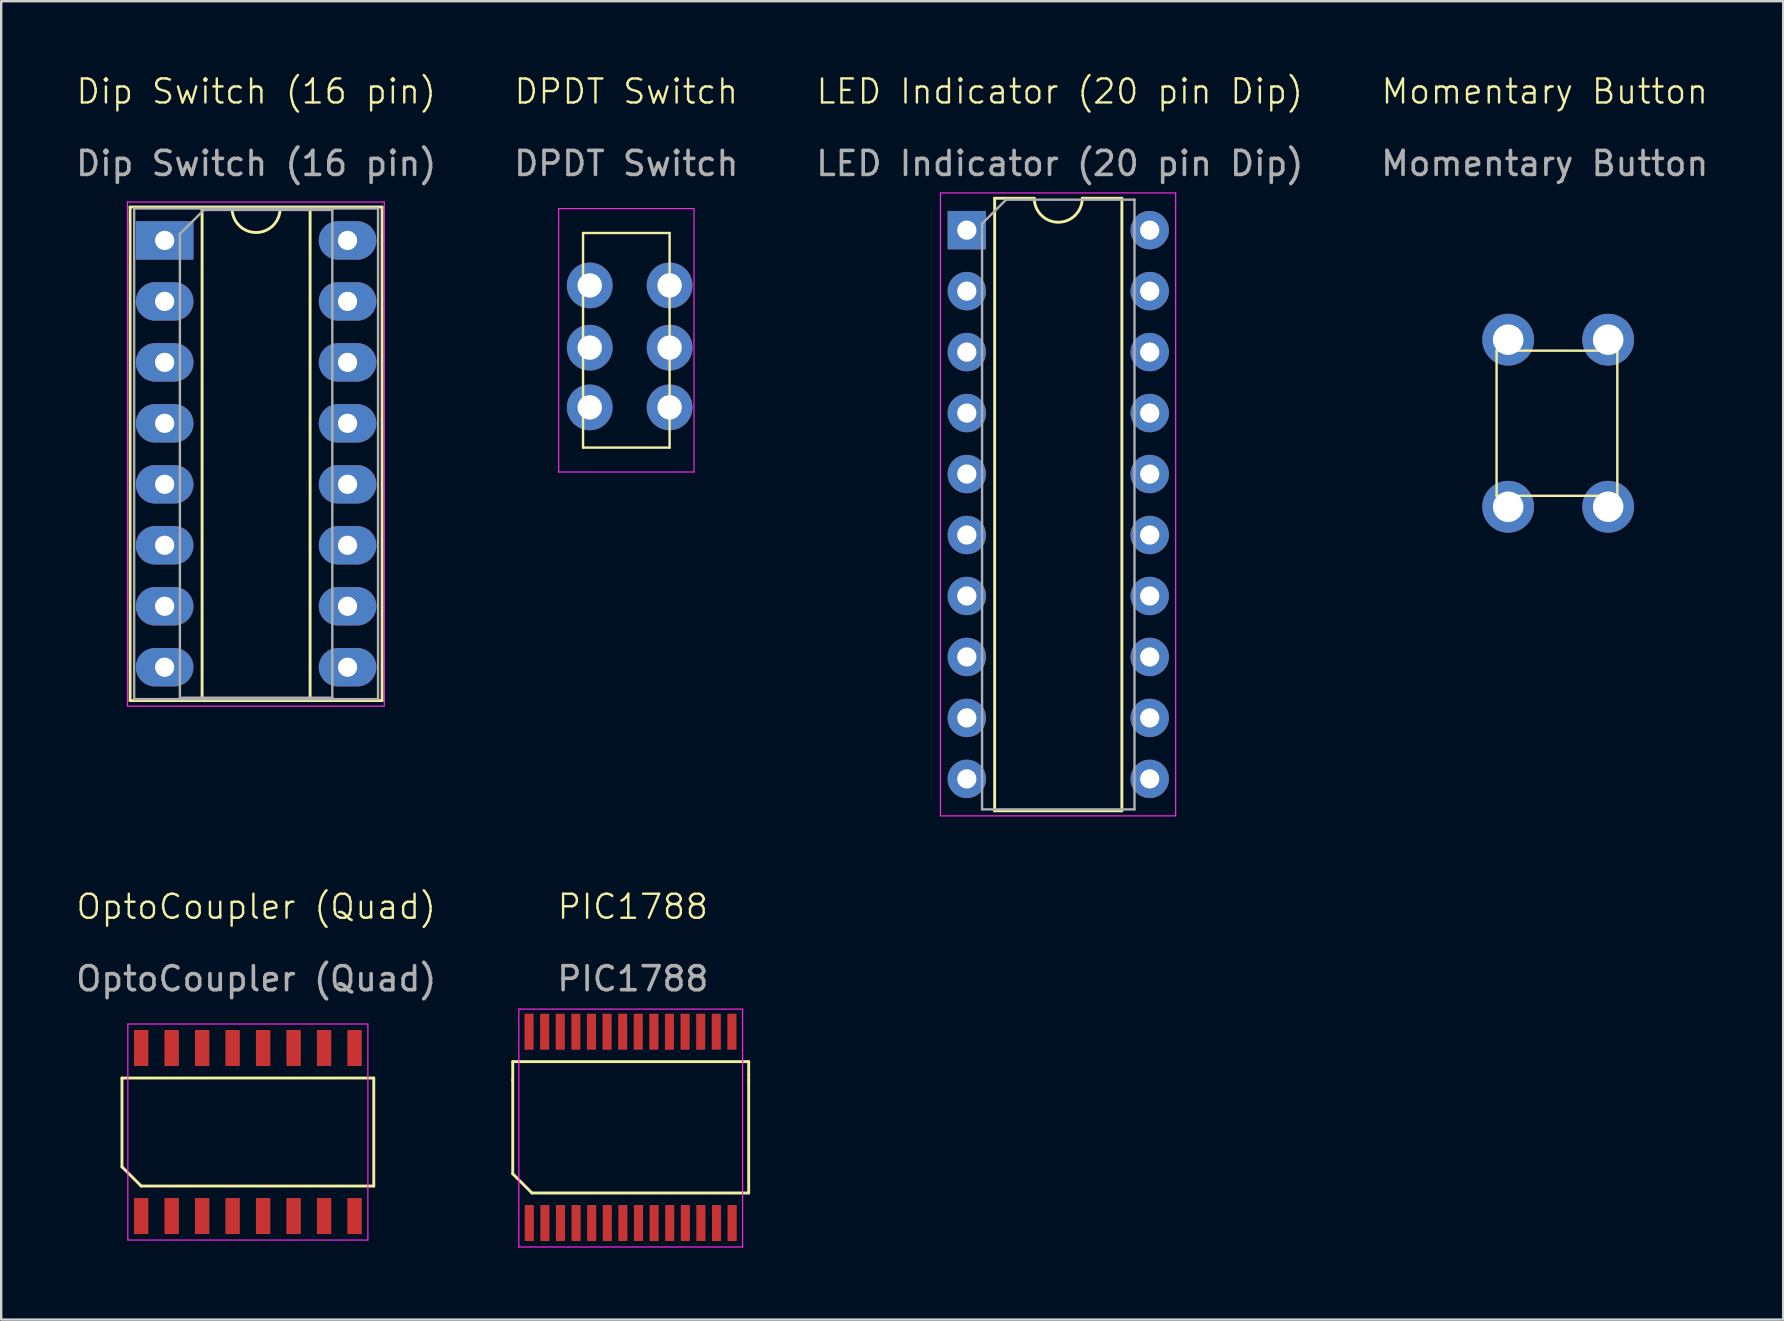
<source format=kicad_pcb>
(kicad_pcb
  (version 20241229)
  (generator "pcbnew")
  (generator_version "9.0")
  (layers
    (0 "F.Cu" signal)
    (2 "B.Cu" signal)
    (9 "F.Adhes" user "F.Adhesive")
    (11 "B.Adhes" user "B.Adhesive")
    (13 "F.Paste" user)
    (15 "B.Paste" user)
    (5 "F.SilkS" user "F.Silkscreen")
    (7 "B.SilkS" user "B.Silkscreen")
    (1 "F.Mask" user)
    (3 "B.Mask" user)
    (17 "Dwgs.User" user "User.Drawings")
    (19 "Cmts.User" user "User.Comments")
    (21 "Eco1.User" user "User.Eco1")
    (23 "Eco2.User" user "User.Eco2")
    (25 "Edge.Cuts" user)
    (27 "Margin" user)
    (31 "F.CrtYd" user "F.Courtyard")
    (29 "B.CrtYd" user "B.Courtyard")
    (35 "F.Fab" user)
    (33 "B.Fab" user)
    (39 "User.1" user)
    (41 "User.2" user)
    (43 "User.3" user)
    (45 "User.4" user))
  (footprint "Momentary Button"
    (layer "F.Cu")
    (at 61.304 14.581)
    (property "Reference" "Momentary Button" (at 0 -13.82 0) (unlocked yes) (layer "F.SilkS") (effects (font (size 1 1) (thickness 0.1))))
    (attr through_hole)
    (fp_line (start -2.007 -3.023) (end -2.007 3.023) (stroke (width 0.1) (type default)) (layer "F.SilkS"))
    (fp_line (start -2.007 -3.023) (end 3.023 -3.023) (stroke (width 0.1) (type default)) (layer "F.SilkS"))
    (fp_line (start -2.007 3.023) (end 3.023 3.023) (stroke (width 0.1) (type default)) (layer "F.SilkS"))
    (fp_line (start 3.023 -3.023) (end 3.023 3.023) (stroke (width 0.1) (type default)) (layer "F.SilkS"))
    (fp_text user "${REFERENCE}" (at 0 -10.82 0) (unlocked yes) (layer "F.Fab") (effects (font (size 1 1) (thickness 0.15))))
    (pad "1" thru_hole circle (at -1.524 -3.48) (size 2.159 2.159) (drill 1.27) (layers "*.Cu" "*.Mask"))
    (pad "2" thru_hole circle (at -1.524 3.48) (size 2.159 2.159) (drill 1.27) (layers "*.Cu" "*.Mask"))
    (pad "3" thru_hole circle (at 2.642 3.48) (size 2.159 2.159) (drill 1.27) (layers "*.Cu" "*.Mask"))
    (pad "4" thru_hole circle (at 2.642 -3.48) (size 2.159 2.159) (drill 1.27) (layers "*.Cu" "*.Mask")))
  (footprint "PIC1788"
    (layer "F.Cu")
    (at 23.313 43.312)
    (property "Reference" "PIC1788" (at 0 -8.588 0) (unlocked yes) (layer "F.SilkS") (effects (font (size 1 1) (thickness 0.1))))
    (attr smd)
    (fp_line (start -5.003 -2.136) (end 4.827 -2.136) (stroke (width 0.12) (type default)) (layer "F.SilkS"))
    (fp_line (start -5.003 -1.362) (end -5.003 -2.136) (stroke (width 0.12) (type default)) (layer "F.SilkS"))
    (fp_line (start -5.003 2.538) (end -5.003 -1.362) (stroke (width 0.12) (type default)) (layer "F.SilkS"))
    (fp_line (start -4.203 3.338) (end -5.003 2.538) (stroke (width 0.12) (type default)) (layer "F.SilkS"))
    (fp_line (start 4.827 -1.362) (end 4.827 -2.136) (stroke (width 0.12) (type default)) (layer "F.SilkS"))
    (fp_line (start 4.827 -1.362) (end 4.827 3.338) (stroke (width 0.12) (type default)) (layer "F.SilkS"))
    (fp_line (start 4.827 3.338) (end -4.203 3.338) (stroke (width 0.12) (type default)) (layer "F.SilkS"))
    (fp_line (start -4.748 -4.321) (end 4.572 -4.321) (stroke (width 0.05) (type default)) (layer "F.CrtYd"))
    (fp_line (start -4.748 5.588) (end -4.748 -4.321) (stroke (width 0.05) (type default)) (layer "F.CrtYd"))
    (fp_line (start 4.572 -4.321) (end 4.572 5.588) (stroke (width 0.05) (type default)) (layer "F.CrtYd"))
    (fp_line (start 4.572 5.588) (end -4.748 5.588) (stroke (width 0.05) (type default)) (layer "F.CrtYd"))
    (fp_text user "${REFERENCE}" (at 0 -5.588 0) (unlocked yes) (layer "F.Fab") (effects (font (size 1 1) (thickness 0.15))))
    (pad "1" smd rect (at -4.313 4.588) (size 0.38 1.5) (layers "F.Cu" "F.Mask" "F.Paste"))
    (pad "2" smd rect (at -3.663 4.588) (size 0.38 1.5) (layers "F.Cu" "F.Mask" "F.Paste"))
    (pad "3" smd rect (at -3.013 4.588) (size 0.38 1.5) (layers "F.Cu" "F.Mask" "F.Paste"))
    (pad "4" smd rect (at -2.363 4.588) (size 0.38 1.5) (layers "F.Cu" "F.Mask" "F.Paste"))
    (pad "5" smd rect (at -1.713 4.588) (size 0.38 1.5) (layers "F.Cu" "F.Mask" "F.Paste"))
    (pad "6" smd rect (at -1.063 4.588) (size 0.38 1.5) (layers "F.Cu" "F.Mask" "F.Paste"))
    (pad "7" smd rect (at -0.413 4.588) (size 0.38 1.5) (layers "F.Cu" "F.Mask" "F.Paste"))
    (pad "8" smd rect (at 0.237 4.588) (size 0.38 1.5) (layers "F.Cu" "F.Mask" "F.Paste"))
    (pad "9" smd rect (at 0.887 4.588) (size 0.38 1.5) (layers "F.Cu" "F.Mask" "F.Paste"))
    (pad "10" smd rect (at 1.537 4.588) (size 0.38 1.5) (layers "F.Cu" "F.Mask" "F.Paste"))
    (pad "11" smd rect (at 2.187 4.588) (size 0.38 1.5) (layers "F.Cu" "F.Mask" "F.Paste"))
    (pad "12" smd rect (at 2.837 4.588) (size 0.38 1.5) (layers "F.Cu" "F.Mask" "F.Paste"))
    (pad "13" smd rect (at 3.487 4.588) (size 0.38 1.5) (layers "F.Cu" "F.Mask" "F.Paste"))
    (pad "14" smd rect (at 4.137 4.588) (size 0.38 1.5) (layers "F.Cu" "F.Mask" "F.Paste"))
    (pad "15" smd rect (at 4.127 -3.381) (size 0.38 1.5) (layers "F.Cu" "F.Mask" "F.Paste"))
    (pad "16" smd rect (at 3.477 -3.381) (size 0.38 1.5) (layers "F.Cu" "F.Mask" "F.Paste"))
    (pad "17" smd rect (at 2.827 -3.381) (size 0.38 1.5) (layers "F.Cu" "F.Mask" "F.Paste"))
    (pad "18" smd rect (at 2.177 -3.381) (size 0.38 1.5) (layers "F.Cu" "F.Mask" "F.Paste"))
    (pad "19" smd rect (at 1.527 -3.381) (size 0.38 1.5) (layers "F.Cu" "F.Mask" "F.Paste"))
    (pad "20" smd rect (at 0.877 -3.381) (size 0.38 1.5) (layers "F.Cu" "F.Mask" "F.Paste"))
    (pad "21" smd rect (at 0.227 -3.381) (size 0.38 1.5) (layers "F.Cu" "F.Mask" "F.Paste"))
    (pad "22" smd rect (at -0.423 -3.381) (size 0.38 1.5) (layers "F.Cu" "F.Mask" "F.Paste"))
    (pad "23" smd rect (at -1.073 -3.381) (size 0.38 1.5) (layers "F.Cu" "F.Mask" "F.Paste"))
    (pad "24" smd rect (at -1.723 -3.381) (size 0.38 1.5) (layers "F.Cu" "F.Mask" "F.Paste"))
    (pad "25" smd rect (at -2.373 -3.381) (size 0.38 1.5) (layers "F.Cu" "F.Mask" "F.Paste"))
    (pad "26" smd rect (at -3.023 -3.381) (size 0.38 1.5) (layers "F.Cu" "F.Mask" "F.Paste"))
    (pad "27" smd rect (at -3.673 -3.381) (size 0.38 1.5) (layers "F.Cu" "F.Mask" "F.Paste"))
    (pad "28" smd rect (at -4.323 -3.381) (size 0.38 1.5) (layers "F.Cu" "F.Mask" "F.Paste")))
  (footprint "LED Indicator (20 pin Dip)"
    (layer "F.Cu")
    (at 41.101 20.27)
    (property "Reference" "LED Indicator (20 pin Dip)" (at 0 -19.51 0) (unlocked yes) (layer "F.SilkS") (effects (font (size 1 1) (thickness 0.1))))
    (attr through_hole)
    (fp_line (start -2.714 -15.062) (end -2.714 10.458) (stroke (width 0.12) (type solid)) (layer "F.SilkS"))
    (fp_line (start -2.714 10.458) (end 2.586 10.458) (stroke (width 0.12) (type solid)) (layer "F.SilkS"))
    (fp_line (start -1.064 -15.062) (end -2.714 -15.062) (stroke (width 0.12) (type solid)) (layer "F.SilkS"))
    (fp_line (start 2.586 -15.062) (end 0.936 -15.062) (stroke (width 0.12) (type solid)) (layer "F.SilkS"))
    (fp_line (start 2.586 10.458) (end 2.586 -15.062) (stroke (width 0.12) (type solid)) (layer "F.SilkS"))
    (fp_arc (start 0.936 -15.062) (mid -0.064 -14.062) (end -1.064 -15.062) (stroke (width 0.12) (type solid)) (layer "F.SilkS"))
    (fp_line (start -4.974 -15.282) (end -4.974 10.668) (stroke (width 0.05) (type solid)) (layer "F.CrtYd"))
    (fp_line (start -4.974 10.668) (end 4.826 10.668) (stroke (width 0.05) (type solid)) (layer "F.CrtYd"))
    (fp_line (start 4.826 -15.282) (end -4.974 -15.282) (stroke (width 0.05) (type solid)) (layer "F.CrtYd"))
    (fp_line (start 4.826 10.668) (end 4.826 -15.282) (stroke (width 0.05) (type solid)) (layer "F.CrtYd"))
    (fp_line (start -3.239 -14.002) (end -2.239 -15.002) (stroke (width 0.1) (type solid)) (layer "F.Fab"))
    (fp_line (start -3.239 10.398) (end -3.239 -14.002) (stroke (width 0.1) (type solid)) (layer "F.Fab"))
    (fp_line (start -2.239 -15.002) (end 3.111 -15.002) (stroke (width 0.1) (type solid)) (layer "F.Fab"))
    (fp_line (start 3.111 -15.002) (end 3.111 10.398) (stroke (width 0.1) (type solid)) (layer "F.Fab"))
    (fp_line (start 3.111 10.398) (end -3.239 10.398) (stroke (width 0.1) (type solid)) (layer "F.Fab"))
    (fp_text user "${REFERENCE}" (at 0 -16.51 0) (unlocked yes) (layer "F.Fab") (effects (font (size 1 1) (thickness 0.15))))
    (pad "1" thru_hole rect (at -3.874 -13.732) (size 1.6 1.6) (drill 0.8) (layers "*.Cu" "*.Mask"))
    (pad "2" thru_hole oval (at -3.874 -11.192) (size 1.6 1.6) (drill 0.8) (layers "*.Cu" "*.Mask"))
    (pad "3" thru_hole oval (at -3.874 -8.652) (size 1.6 1.6) (drill 0.8) (layers "*.Cu" "*.Mask"))
    (pad "4" thru_hole oval (at -3.874 -6.112) (size 1.6 1.6) (drill 0.8) (layers "*.Cu" "*.Mask"))
    (pad "5" thru_hole oval (at -3.874 -3.572) (size 1.6 1.6) (drill 0.8) (layers "*.Cu" "*.Mask"))
    (pad "6" thru_hole oval (at -3.874 -1.032) (size 1.6 1.6) (drill 0.8) (layers "*.Cu" "*.Mask"))
    (pad "7" thru_hole oval (at -3.874 1.508) (size 1.6 1.6) (drill 0.8) (layers "*.Cu" "*.Mask"))
    (pad "8" thru_hole oval (at -3.874 4.048) (size 1.6 1.6) (drill 0.8) (layers "*.Cu" "*.Mask"))
    (pad "9" thru_hole oval (at -3.874 6.588) (size 1.6 1.6) (drill 0.8) (layers "*.Cu" "*.Mask"))
    (pad "10" thru_hole oval (at -3.874 9.128) (size 1.6 1.6) (drill 0.8) (layers "*.Cu" "*.Mask"))
    (pad "11" thru_hole oval (at 3.746 9.128) (size 1.6 1.6) (drill 0.8) (layers "*.Cu" "*.Mask"))
    (pad "12" thru_hole oval (at 3.746 6.588) (size 1.6 1.6) (drill 0.8) (layers "*.Cu" "*.Mask"))
    (pad "13" thru_hole oval (at 3.746 4.048) (size 1.6 1.6) (drill 0.8) (layers "*.Cu" "*.Mask"))
    (pad "14" thru_hole oval (at 3.746 1.508) (size 1.6 1.6) (drill 0.8) (layers "*.Cu" "*.Mask"))
    (pad "15" thru_hole oval (at 3.746 -1.032) (size 1.6 1.6) (drill 0.8) (layers "*.Cu" "*.Mask"))
    (pad "16" thru_hole oval (at 3.746 -3.572) (size 1.6 1.6) (drill 0.8) (layers "*.Cu" "*.Mask"))
    (pad "17" thru_hole oval (at 3.746 -6.112) (size 1.6 1.6) (drill 0.8) (layers "*.Cu" "*.Mask"))
    (pad "18" thru_hole oval (at 3.746 -8.652) (size 1.6 1.6) (drill 0.8) (layers "*.Cu" "*.Mask"))
    (pad "19" thru_hole oval (at 3.746 -11.192) (size 1.6 1.6) (drill 0.8) (layers "*.Cu" "*.Mask"))
    (pad "20" thru_hole oval (at 3.746 -13.732) (size 1.6 1.6) (drill 0.8) (layers "*.Cu" "*.Mask")))
  (footprint "OptoCoupler (Quad)"
    (layer "F.Cu")
    (at 7.625 43.591)
    (property "Reference" "OptoCoupler (Quad)" (at 0 -8.867 0) (unlocked yes) (layer "F.SilkS") (effects (font (size 1 1) (thickness 0.1))))
    (attr smd)
    (fp_line (start -5.594 -1.731) (end 4.896 -1.731) (stroke (width 0.12) (type default)) (layer "F.SilkS"))
    (fp_line (start -5.594 1.969) (end -5.594 -1.731) (stroke (width 0.12) (type default)) (layer "F.SilkS"))
    (fp_line (start -4.794 2.769) (end -5.594 1.969) (stroke (width 0.12) (type default)) (layer "F.SilkS"))
    (fp_line (start 4.896 -1.731) (end 4.896 2.769) (stroke (width 0.12) (type default)) (layer "F.SilkS"))
    (fp_line (start 4.896 2.769) (end -4.794 2.769) (stroke (width 0.12) (type default)) (layer "F.SilkS"))
    (fp_line (start -5.349 -3.981) (end 4.651 -3.981) (stroke (width 0.05) (type default)) (layer "F.CrtYd"))
    (fp_line (start -5.349 5.019) (end -5.349 -3.981) (stroke (width 0.05) (type default)) (layer "F.CrtYd"))
    (fp_line (start 4.651 -3.981) (end 4.651 5.019) (stroke (width 0.05) (type default)) (layer "F.CrtYd"))
    (fp_line (start 4.651 5.019) (end -5.349 5.019) (stroke (width 0.05) (type default)) (layer "F.CrtYd"))
    (fp_text user "${REFERENCE}" (at 0 -5.867 0) (unlocked yes) (layer "F.Fab") (effects (font (size 1 1) (thickness 0.15))))
    (pad "1" smd rect (at -4.794 4.019) (size 0.6 1.5) (layers "F.Cu" "F.Mask" "F.Paste"))
    (pad "2" smd rect (at -3.524 4.019) (size 0.6 1.5) (layers "F.Cu" "F.Mask" "F.Paste"))
    (pad "3" smd rect (at -2.254 4.019) (size 0.6 1.5) (layers "F.Cu" "F.Mask" "F.Paste"))
    (pad "4" smd rect (at -0.984 4.019) (size 0.6 1.5) (layers "F.Cu" "F.Mask" "F.Paste"))
    (pad "5" smd rect (at 0.286 4.019) (size 0.6 1.5) (layers "F.Cu" "F.Mask" "F.Paste"))
    (pad "6" smd rect (at 1.556 4.019) (size 0.6 1.5) (layers "F.Cu" "F.Mask" "F.Paste"))
    (pad "7" smd rect (at 2.826 4.019) (size 0.6 1.5) (layers "F.Cu" "F.Mask" "F.Paste"))
    (pad "8" smd rect (at 4.096 4.019) (size 0.6 1.5) (layers "F.Cu" "F.Mask" "F.Paste"))
    (pad "9" smd rect (at 4.096 -2.981) (size 0.6 1.5) (layers "F.Cu" "F.Mask" "F.Paste"))
    (pad "10" smd rect (at 2.826 -2.981) (size 0.6 1.5) (layers "F.Cu" "F.Mask" "F.Paste"))
    (pad "11" smd rect (at 1.556 -2.981) (size 0.6 1.5) (layers "F.Cu" "F.Mask" "F.Paste"))
    (pad "12" smd rect (at 0.286 -2.981) (size 0.6 1.5) (layers "F.Cu" "F.Mask" "F.Paste"))
    (pad "13" smd rect (at -0.984 -2.981) (size 0.6 1.5) (layers "F.Cu" "F.Mask" "F.Paste"))
    (pad "14" smd rect (at -2.254 -2.981) (size 0.6 1.5) (layers "F.Cu" "F.Mask" "F.Paste"))
    (pad "15" smd rect (at -3.524 -2.981) (size 0.6 1.5) (layers "F.Cu" "F.Mask" "F.Paste"))
    (pad "16" smd rect (at -4.794 -2.981) (size 0.6 1.5) (layers "F.Cu" "F.Mask" "F.Paste")))
  (footprint "DPDT Switch"
    (layer "F.Cu")
    (at 23.042 11.127)
    (property "Reference" "DPDT Switch" (at 0 -10.366 0) (unlocked yes) (layer "F.SilkS") (effects (font (size 1 1) (thickness 0.1))))
    (attr through_hole)
    (fp_line (start -1.803 -4.47) (end 1.803 -4.47) (stroke (width 0.1) (type default)) (layer "F.SilkS"))
    (fp_line (start -1.803 4.47) (end -1.803 -4.47) (stroke (width 0.1) (type default)) (layer "F.SilkS"))
    (fp_line (start 1.803 -4.47) (end 1.803 4.47) (stroke (width 0.1) (type default)) (layer "F.SilkS"))
    (fp_line (start 1.803 4.47) (end -1.803 4.47) (stroke (width 0.1) (type default)) (layer "F.SilkS"))
    (fp_line (start -2.819 -5.486) (end -2.819 5.486) (stroke (width 0.05) (type default)) (layer "F.CrtYd"))
    (fp_line (start -2.819 5.486) (end 2.819 5.486) (stroke (width 0.05) (type default)) (layer "F.CrtYd"))
    (fp_line (start 2.819 -5.486) (end -2.819 -5.486) (stroke (width 0.05) (type default)) (layer "F.CrtYd"))
    (fp_line (start 2.819 0) (end 2.819 -5.486) (stroke (width 0.05) (type default)) (layer "F.CrtYd"))
    (fp_line (start 2.819 5.486) (end 2.819 0) (stroke (width 0.05) (type default)) (layer "F.CrtYd"))
    (fp_text user "${REFERENCE}" (at 0 -7.366 0) (unlocked yes) (layer "F.Fab") (effects (font (size 1 1) (thickness 0.15))))
    (pad "1" thru_hole circle (at -1.524 -2.286) (size 1.905 1.905) (drill 1.016) (layers "*.Cu" "*.Mask"))
    (pad "2" thru_hole circle (at -1.524 0.305) (size 1.905 1.905) (drill 1.016) (layers "*.Cu" "*.Mask"))
    (pad "3" thru_hole circle (at -1.524 2.794) (size 1.905 1.905) (drill 1.016) (layers "*.Cu" "*.Mask"))
    (pad "4" thru_hole circle (at 1.803 2.794) (size 1.905 1.905) (drill 1.016) (layers "*.Cu" "*.Mask"))
    (pad "5" thru_hole circle (at 1.803 0.305) (size 1.905 1.905) (drill 1.016) (layers "*.Cu" "*.Mask"))
    (pad "6" thru_hole circle (at 1.803 -2.286) (size 1.905 1.905) (drill 1.016) (layers "*.Cu" "*.Mask")))
  (footprint "Dip Switch (16 pin)"
    (layer "F.Cu")
    (at 7.625 12.396)
    (property "Reference" "Dip Switch (16 pin)" (at 0 -11.636 0) (unlocked yes) (layer "F.SilkS") (effects (font (size 1 1) (thickness 0.1))))
    (attr through_hole)
    (fp_line (start -5.256 -6.82) (end -5.256 13.74) (stroke (width 0.12) (type solid)) (layer "F.SilkS"))
    (fp_line (start -5.256 13.74) (end 5.244 13.74) (stroke (width 0.12) (type solid)) (layer "F.SilkS"))
    (fp_line (start -2.256 -6.76) (end -2.256 13.68) (stroke (width 0.12) (type solid)) (layer "F.SilkS"))
    (fp_line (start -2.256 13.68) (end 2.244 13.68) (stroke (width 0.12) (type solid)) (layer "F.SilkS"))
    (fp_line (start -1.006 -6.76) (end -2.256 -6.76) (stroke (width 0.12) (type solid)) (layer "F.SilkS"))
    (fp_line (start 2.244 -6.76) (end 0.994 -6.76) (stroke (width 0.12) (type solid)) (layer "F.SilkS"))
    (fp_line (start 2.244 13.68) (end 2.244 -6.76) (stroke (width 0.12) (type solid)) (layer "F.SilkS"))
    (fp_line (start 5.244 -6.82) (end -5.256 -6.82) (stroke (width 0.12) (type solid)) (layer "F.SilkS"))
    (fp_line (start 5.244 13.74) (end 5.244 -6.82) (stroke (width 0.12) (type solid)) (layer "F.SilkS"))
    (fp_arc (start 0.994 -6.76) (mid -0.006 -5.76) (end -1.006 -6.76) (stroke (width 0.12) (type solid)) (layer "F.SilkS"))
    (fp_line (start -5.366 -7.03) (end -5.366 13.97) (stroke (width 0.05) (type solid)) (layer "F.CrtYd"))
    (fp_line (start -5.366 13.97) (end 5.334 13.97) (stroke (width 0.05) (type solid)) (layer "F.CrtYd"))
    (fp_line (start 5.334 -7.03) (end -5.366 -7.03) (stroke (width 0.05) (type solid)) (layer "F.CrtYd"))
    (fp_line (start 5.334 13.97) (end 5.334 -7.03) (stroke (width 0.05) (type solid)) (layer "F.CrtYd"))
    (fp_line (start -5.086 -6.76) (end -5.086 13.68) (stroke (width 0.1) (type solid)) (layer "F.Fab"))
    (fp_line (start -5.086 13.68) (end 5.074 13.68) (stroke (width 0.1) (type solid)) (layer "F.Fab"))
    (fp_line (start -3.181 -5.7) (end -2.181 -6.7) (stroke (width 0.1) (type solid)) (layer "F.Fab"))
    (fp_line (start -3.181 13.62) (end -3.181 -5.7) (stroke (width 0.1) (type solid)) (layer "F.Fab"))
    (fp_line (start -2.181 -6.7) (end 3.169 -6.7) (stroke (width 0.1) (type solid)) (layer "F.Fab"))
    (fp_line (start 3.169 -6.7) (end 3.169 13.62) (stroke (width 0.1) (type solid)) (layer "F.Fab"))
    (fp_line (start 3.169 13.62) (end -3.181 13.62) (stroke (width 0.1) (type solid)) (layer "F.Fab"))
    (fp_line (start 5.074 -6.76) (end -5.086 -6.76) (stroke (width 0.1) (type solid)) (layer "F.Fab"))
    (fp_line (start 5.074 13.68) (end 5.074 -6.76) (stroke (width 0.1) (type solid)) (layer "F.Fab"))
    (fp_text user "${REFERENCE}" (at 0 -8.636 0) (unlocked yes) (layer "F.Fab") (effects (font (size 1 1) (thickness 0.15))))
    (pad "1" thru_hole rect (at -3.816 -5.43) (size 2.4 1.6) (drill 0.8) (layers "*.Cu" "*.Mask"))
    (pad "2" thru_hole oval (at -3.816 -2.89) (size 2.4 1.6) (drill 0.8) (layers "*.Cu" "*.Mask"))
    (pad "3" thru_hole oval (at -3.816 -0.35) (size 2.4 1.6) (drill 0.8) (layers "*.Cu" "*.Mask"))
    (pad "4" thru_hole oval (at -3.816 2.19) (size 2.4 1.6) (drill 0.8) (layers "*.Cu" "*.Mask"))
    (pad "5" thru_hole oval (at -3.816 4.73) (size 2.4 1.6) (drill 0.8) (layers "*.Cu" "*.Mask"))
    (pad "6" thru_hole oval (at -3.816 7.27) (size 2.4 1.6) (drill 0.8) (layers "*.Cu" "*.Mask"))
    (pad "7" thru_hole oval (at -3.816 9.81) (size 2.4 1.6) (drill 0.8) (layers "*.Cu" "*.Mask"))
    (pad "8" thru_hole oval (at -3.816 12.35) (size 2.4 1.6) (drill 0.8) (layers "*.Cu" "*.Mask"))
    (pad "9" thru_hole oval (at 3.804 12.35) (size 2.4 1.6) (drill 0.8) (layers "*.Cu" "*.Mask"))
    (pad "10" thru_hole oval (at 3.804 9.81) (size 2.4 1.6) (drill 0.8) (layers "*.Cu" "*.Mask"))
    (pad "11" thru_hole oval (at 3.804 7.27) (size 2.4 1.6) (drill 0.8) (layers "*.Cu" "*.Mask"))
    (pad "12" thru_hole oval (at 3.804 4.73) (size 2.4 1.6) (drill 0.8) (layers "*.Cu" "*.Mask"))
    (pad "13" thru_hole oval (at 3.804 2.19) (size 2.4 1.6) (drill 0.8) (layers "*.Cu" "*.Mask"))
    (pad "14" thru_hole oval (at 3.804 -0.35) (size 2.4 1.6) (drill 0.8) (layers "*.Cu" "*.Mask"))
    (pad "15" thru_hole oval (at 3.804 -2.89) (size 2.4 1.6) (drill 0.8) (layers "*.Cu" "*.Mask"))
    (pad "16" thru_hole oval (at 3.804 -5.43) (size 2.4 1.6) (drill 0.8) (layers "*.Cu" "*.Mask")))
  (gr_rect
    (start -3 -3)
    (end 71.238 51.925)
    (stroke (width 0.1) (type default))
    (fill no)
    (layer "Edge.Cuts")))
</source>
